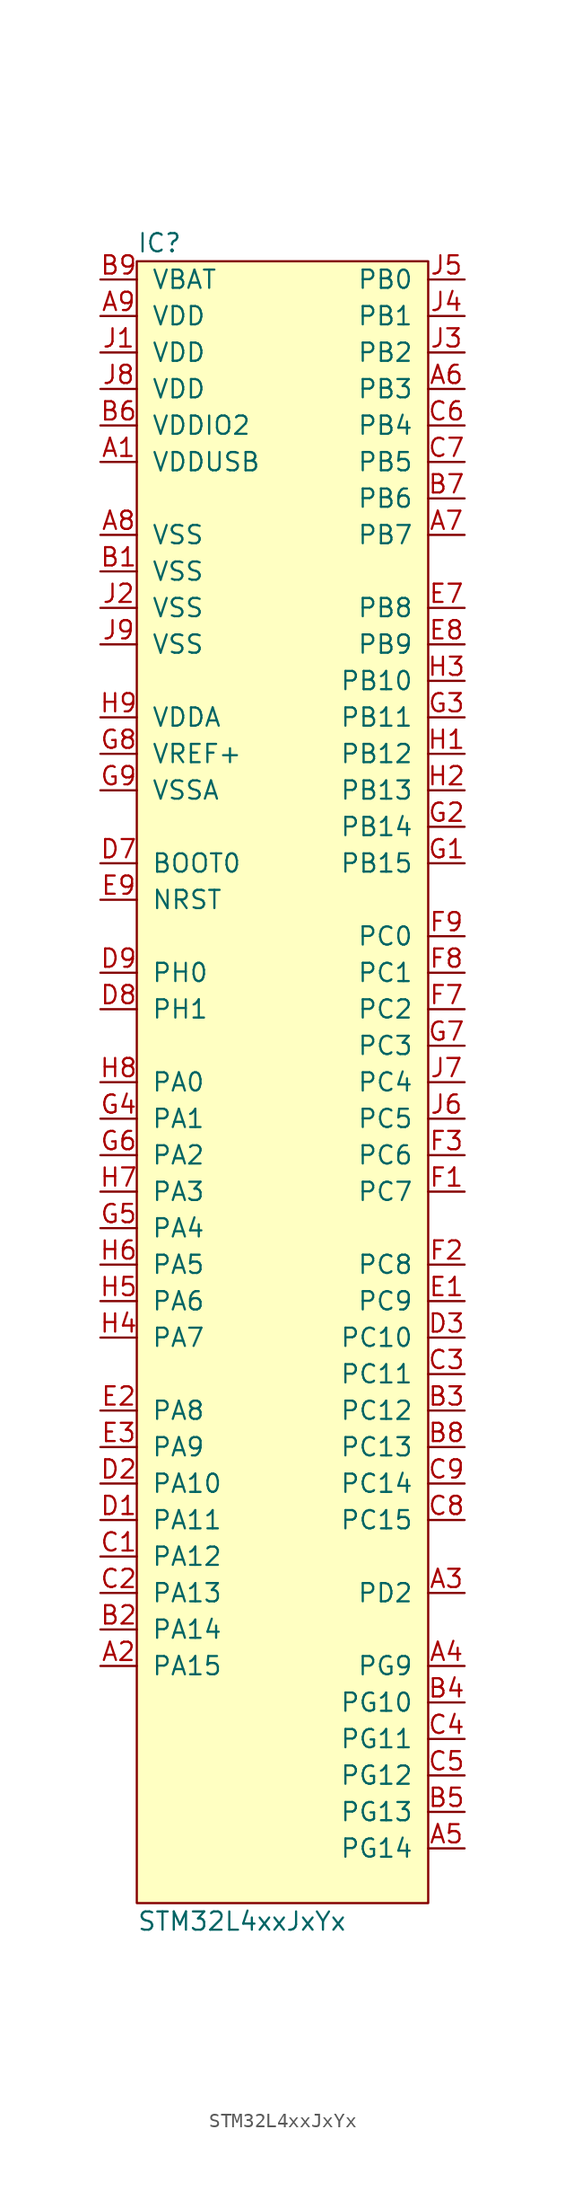
<source format=kicad_sym>
(kicad_symbol_lib
  (version 20211014)
  (generator agg_kicad.build_lib_ic)
  (symbol "STM32L4xxJxYx"
    (pin_names
      (offset 1.016))
    (property Reference IC
      (at -10.16 58.42 0)
      (effects (font (size 1.27 1.27)) (justify left)))
    (property Value "STM32L4xxJxYx"
      (at -10.16 -58.42 0)
      (effects (font (size 1.27 1.27)) (justify left)))
    (symbol "STM32L4xxJxYx_0_0"
      (rectangle (start -10.16 57.15) (end 10.16 -57.15) (stroke (width 0) (type default) (color 0 0 0 0)) (fill (type background)))
      (pin power_in line (at -12.7 55.88 0) (length 2.54) (name VBAT (effects (font (size 1.27 1.27)))) (number "B9" (effects (font (size 1.27 1.27)))))
      (pin power_in line (at -12.7 53.34 0) (length 2.54) (name VDD (effects (font (size 1.27 1.27)))) (number "A9" (effects (font (size 1.27 1.27)))))
      (pin power_in line (at -12.7 50.8 0) (length 2.54) (name VDD (effects (font (size 1.27 1.27)))) (number "J1" (effects (font (size 1.27 1.27)))))
      (pin power_in line (at -12.7 48.26 0) (length 2.54) (name VDD (effects (font (size 1.27 1.27)))) (number "J8" (effects (font (size 1.27 1.27)))))
      (pin power_in line (at -12.7 45.72 0) (length 2.54) (name "VDDIO2" (effects (font (size 1.27 1.27)))) (number "B6" (effects (font (size 1.27 1.27)))))
      (pin power_in line (at -12.7 43.18 0) (length 2.54) (name VDDUSB (effects (font (size 1.27 1.27)))) (number "A1" (effects (font (size 1.27 1.27)))))
      (pin power_in line (at -12.7 38.1 0) (length 2.54) (name VSS (effects (font (size 1.27 1.27)))) (number "A8" (effects (font (size 1.27 1.27)))))
      (pin power_in line (at -12.7 35.56 0) (length 2.54) (name VSS (effects (font (size 1.27 1.27)))) (number "B1" (effects (font (size 1.27 1.27)))))
      (pin power_in line (at -12.7 33.02 0) (length 2.54) (name VSS (effects (font (size 1.27 1.27)))) (number "J2" (effects (font (size 1.27 1.27)))))
      (pin power_in line (at -12.7 30.48 0) (length 2.54) (name VSS (effects (font (size 1.27 1.27)))) (number "J9" (effects (font (size 1.27 1.27)))))
      (pin power_in line (at -12.7 25.4 0) (length 2.54) (name VDDA (effects (font (size 1.27 1.27)))) (number "H9" (effects (font (size 1.27 1.27)))))
      (pin input line (at -12.7 22.86 0) (length 2.54) (name "VREF+" (effects (font (size 1.27 1.27)))) (number "G8" (effects (font (size 1.27 1.27)))))
      (pin power_in line (at -12.7 20.32 0) (length 2.54) (name VSSA (effects (font (size 1.27 1.27)))) (number "G9" (effects (font (size 1.27 1.27)))))
      (pin input line (at -12.7 15.24 0) (length 2.54) (name "BOOT0" (effects (font (size 1.27 1.27)))) (number "D7" (effects (font (size 1.27 1.27)))))
      (pin input line (at -12.7 12.7 0) (length 2.54) (name NRST (effects (font (size 1.27 1.27)))) (number "E9" (effects (font (size 1.27 1.27)))))
      (pin bidirectional line (at -12.7 7.62 0) (length 2.54) (name "PH0" (effects (font (size 1.27 1.27)))) (number "D9" (effects (font (size 1.27 1.27)))))
      (pin bidirectional line (at -12.7 5.08 0) (length 2.54) (name "PH1" (effects (font (size 1.27 1.27)))) (number "D8" (effects (font (size 1.27 1.27)))))
      (pin bidirectional line (at -12.7 0 0) (length 2.54) (name "PA0" (effects (font (size 1.27 1.27)))) (number "H8" (effects (font (size 1.27 1.27)))))
      (pin bidirectional line (at -12.7 -2.54 0) (length 2.54) (name "PA1" (effects (font (size 1.27 1.27)))) (number "G4" (effects (font (size 1.27 1.27)))))
      (pin bidirectional line (at -12.7 -5.08 0) (length 2.54) (name "PA2" (effects (font (size 1.27 1.27)))) (number "G6" (effects (font (size 1.27 1.27)))))
      (pin bidirectional line (at -12.7 -7.62 0) (length 2.54) (name "PA3" (effects (font (size 1.27 1.27)))) (number "H7" (effects (font (size 1.27 1.27)))))
      (pin bidirectional line (at -12.7 -10.16 0) (length 2.54) (name "PA4" (effects (font (size 1.27 1.27)))) (number "G5" (effects (font (size 1.27 1.27)))))
      (pin bidirectional line (at -12.7 -12.7 0) (length 2.54) (name "PA5" (effects (font (size 1.27 1.27)))) (number "H6" (effects (font (size 1.27 1.27)))))
      (pin bidirectional line (at -12.7 -15.24 0) (length 2.54) (name "PA6" (effects (font (size 1.27 1.27)))) (number "H5" (effects (font (size 1.27 1.27)))))
      (pin bidirectional line (at -12.7 -17.78 0) (length 2.54) (name "PA7" (effects (font (size 1.27 1.27)))) (number "H4" (effects (font (size 1.27 1.27)))))
      (pin bidirectional line (at -12.7 -22.86 0) (length 2.54) (name "PA8" (effects (font (size 1.27 1.27)))) (number "E2" (effects (font (size 1.27 1.27)))))
      (pin bidirectional line (at -12.7 -25.4 0) (length 2.54) (name "PA9" (effects (font (size 1.27 1.27)))) (number "E3" (effects (font (size 1.27 1.27)))))
      (pin bidirectional line (at -12.7 -27.94 0) (length 2.54) (name "PA10" (effects (font (size 1.27 1.27)))) (number "D2" (effects (font (size 1.27 1.27)))))
      (pin bidirectional line (at -12.7 -30.48 0) (length 2.54) (name "PA11" (effects (font (size 1.27 1.27)))) (number "D1" (effects (font (size 1.27 1.27)))))
      (pin bidirectional line (at -12.7 -33.02 0) (length 2.54) (name "PA12" (effects (font (size 1.27 1.27)))) (number "C1" (effects (font (size 1.27 1.27)))))
      (pin bidirectional line (at -12.7 -35.56 0) (length 2.54) (name "PA13" (effects (font (size 1.27 1.27)))) (number "C2" (effects (font (size 1.27 1.27)))))
      (pin bidirectional line (at -12.7 -38.1 0) (length 2.54) (name "PA14" (effects (font (size 1.27 1.27)))) (number "B2" (effects (font (size 1.27 1.27)))))
      (pin bidirectional line (at -12.7 -40.64 0) (length 2.54) (name "PA15" (effects (font (size 1.27 1.27)))) (number "A2" (effects (font (size 1.27 1.27)))))
      (pin bidirectional line (at 12.7 55.88 180) (length 2.54) (name "PB0" (effects (font (size 1.27 1.27)))) (number "J5" (effects (font (size 1.27 1.27)))))
      (pin bidirectional line (at 12.7 53.34 180) (length 2.54) (name "PB1" (effects (font (size 1.27 1.27)))) (number "J4" (effects (font (size 1.27 1.27)))))
      (pin bidirectional line (at 12.7 50.8 180) (length 2.54) (name "PB2" (effects (font (size 1.27 1.27)))) (number "J3" (effects (font (size 1.27 1.27)))))
      (pin bidirectional line (at 12.7 48.26 180) (length 2.54) (name "PB3" (effects (font (size 1.27 1.27)))) (number "A6" (effects (font (size 1.27 1.27)))))
      (pin bidirectional line (at 12.7 45.72 180) (length 2.54) (name "PB4" (effects (font (size 1.27 1.27)))) (number "C6" (effects (font (size 1.27 1.27)))))
      (pin bidirectional line (at 12.7 43.18 180) (length 2.54) (name "PB5" (effects (font (size 1.27 1.27)))) (number "C7" (effects (font (size 1.27 1.27)))))
      (pin bidirectional line (at 12.7 40.64 180) (length 2.54) (name "PB6" (effects (font (size 1.27 1.27)))) (number "B7" (effects (font (size 1.27 1.27)))))
      (pin bidirectional line (at 12.7 38.1 180) (length 2.54) (name "PB7" (effects (font (size 1.27 1.27)))) (number "A7" (effects (font (size 1.27 1.27)))))
      (pin bidirectional line (at 12.7 33.02 180) (length 2.54) (name "PB8" (effects (font (size 1.27 1.27)))) (number "E7" (effects (font (size 1.27 1.27)))))
      (pin bidirectional line (at 12.7 30.48 180) (length 2.54) (name "PB9" (effects (font (size 1.27 1.27)))) (number "E8" (effects (font (size 1.27 1.27)))))
      (pin bidirectional line (at 12.7 27.94 180) (length 2.54) (name "PB10" (effects (font (size 1.27 1.27)))) (number "H3" (effects (font (size 1.27 1.27)))))
      (pin bidirectional line (at 12.7 25.4 180) (length 2.54) (name "PB11" (effects (font (size 1.27 1.27)))) (number "G3" (effects (font (size 1.27 1.27)))))
      (pin bidirectional line (at 12.7 22.86 180) (length 2.54) (name "PB12" (effects (font (size 1.27 1.27)))) (number "H1" (effects (font (size 1.27 1.27)))))
      (pin bidirectional line (at 12.7 20.32 180) (length 2.54) (name "PB13" (effects (font (size 1.27 1.27)))) (number "H2" (effects (font (size 1.27 1.27)))))
      (pin bidirectional line (at 12.7 17.78 180) (length 2.54) (name "PB14" (effects (font (size 1.27 1.27)))) (number "G2" (effects (font (size 1.27 1.27)))))
      (pin bidirectional line (at 12.7 15.24 180) (length 2.54) (name "PB15" (effects (font (size 1.27 1.27)))) (number "G1" (effects (font (size 1.27 1.27)))))
      (pin bidirectional line (at 12.7 10.16 180) (length 2.54) (name "PC0" (effects (font (size 1.27 1.27)))) (number "F9" (effects (font (size 1.27 1.27)))))
      (pin bidirectional line (at 12.7 7.62 180) (length 2.54) (name "PC1" (effects (font (size 1.27 1.27)))) (number "F8" (effects (font (size 1.27 1.27)))))
      (pin bidirectional line (at 12.7 5.08 180) (length 2.54) (name "PC2" (effects (font (size 1.27 1.27)))) (number "F7" (effects (font (size 1.27 1.27)))))
      (pin bidirectional line (at 12.7 2.54 180) (length 2.54) (name "PC3" (effects (font (size 1.27 1.27)))) (number "G7" (effects (font (size 1.27 1.27)))))
      (pin bidirectional line (at 12.7 0 180) (length 2.54) (name "PC4" (effects (font (size 1.27 1.27)))) (number "J7" (effects (font (size 1.27 1.27)))))
      (pin bidirectional line (at 12.7 -2.54 180) (length 2.54) (name "PC5" (effects (font (size 1.27 1.27)))) (number "J6" (effects (font (size 1.27 1.27)))))
      (pin bidirectional line (at 12.7 -5.08 180) (length 2.54) (name "PC6" (effects (font (size 1.27 1.27)))) (number "F3" (effects (font (size 1.27 1.27)))))
      (pin bidirectional line (at 12.7 -7.62 180) (length 2.54) (name "PC7" (effects (font (size 1.27 1.27)))) (number "F1" (effects (font (size 1.27 1.27)))))
      (pin bidirectional line (at 12.7 -12.7 180) (length 2.54) (name "PC8" (effects (font (size 1.27 1.27)))) (number "F2" (effects (font (size 1.27 1.27)))))
      (pin bidirectional line (at 12.7 -15.24 180) (length 2.54) (name "PC9" (effects (font (size 1.27 1.27)))) (number "E1" (effects (font (size 1.27 1.27)))))
      (pin bidirectional line (at 12.7 -17.78 180) (length 2.54) (name "PC10" (effects (font (size 1.27 1.27)))) (number "D3" (effects (font (size 1.27 1.27)))))
      (pin bidirectional line (at 12.7 -20.32 180) (length 2.54) (name "PC11" (effects (font (size 1.27 1.27)))) (number "C3" (effects (font (size 1.27 1.27)))))
      (pin bidirectional line (at 12.7 -22.86 180) (length 2.54) (name "PC12" (effects (font (size 1.27 1.27)))) (number "B3" (effects (font (size 1.27 1.27)))))
      (pin bidirectional line (at 12.7 -25.4 180) (length 2.54) (name "PC13" (effects (font (size 1.27 1.27)))) (number "B8" (effects (font (size 1.27 1.27)))))
      (pin bidirectional line (at 12.7 -27.94 180) (length 2.54) (name "PC14" (effects (font (size 1.27 1.27)))) (number "C9" (effects (font (size 1.27 1.27)))))
      (pin bidirectional line (at 12.7 -30.48 180) (length 2.54) (name "PC15" (effects (font (size 1.27 1.27)))) (number "C8" (effects (font (size 1.27 1.27)))))
      (pin bidirectional line (at 12.7 -35.56 180) (length 2.54) (name "PD2" (effects (font (size 1.27 1.27)))) (number "A3" (effects (font (size 1.27 1.27)))))
      (pin bidirectional line (at 12.7 -40.64 180) (length 2.54) (name "PG9" (effects (font (size 1.27 1.27)))) (number "A4" (effects (font (size 1.27 1.27)))))
      (pin bidirectional line (at 12.7 -43.18 180) (length 2.54) (name "PG10" (effects (font (size 1.27 1.27)))) (number "B4" (effects (font (size 1.27 1.27)))))
      (pin bidirectional line (at 12.7 -45.72 180) (length 2.54) (name "PG11" (effects (font (size 1.27 1.27)))) (number "C4" (effects (font (size 1.27 1.27)))))
      (pin bidirectional line (at 12.7 -48.26 180) (length 2.54) (name "PG12" (effects (font (size 1.27 1.27)))) (number "C5" (effects (font (size 1.27 1.27)))))
      (pin bidirectional line (at 12.7 -50.8 180) (length 2.54) (name "PG13" (effects (font (size 1.27 1.27)))) (number "B5" (effects (font (size 1.27 1.27)))))
      (pin bidirectional line (at 12.7 -53.34 180) (length 2.54) (name "PG14" (effects (font (size 1.27 1.27)))) (number "A5" (effects (font (size 1.27 1.27))))))))
</source>
